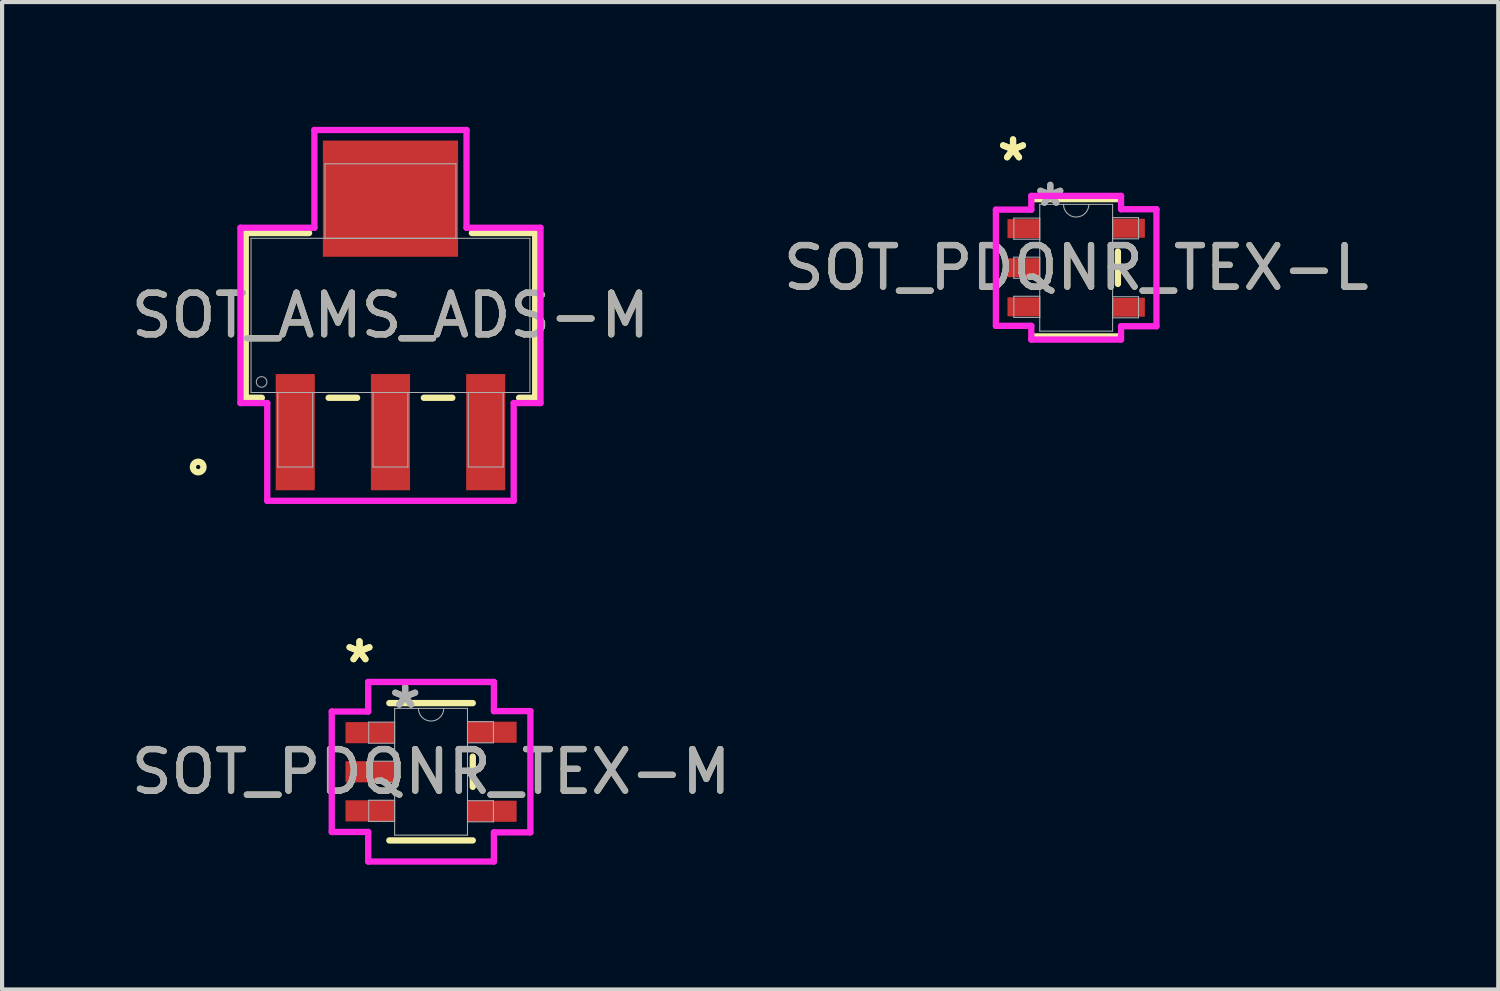
<source format=kicad_pcb>
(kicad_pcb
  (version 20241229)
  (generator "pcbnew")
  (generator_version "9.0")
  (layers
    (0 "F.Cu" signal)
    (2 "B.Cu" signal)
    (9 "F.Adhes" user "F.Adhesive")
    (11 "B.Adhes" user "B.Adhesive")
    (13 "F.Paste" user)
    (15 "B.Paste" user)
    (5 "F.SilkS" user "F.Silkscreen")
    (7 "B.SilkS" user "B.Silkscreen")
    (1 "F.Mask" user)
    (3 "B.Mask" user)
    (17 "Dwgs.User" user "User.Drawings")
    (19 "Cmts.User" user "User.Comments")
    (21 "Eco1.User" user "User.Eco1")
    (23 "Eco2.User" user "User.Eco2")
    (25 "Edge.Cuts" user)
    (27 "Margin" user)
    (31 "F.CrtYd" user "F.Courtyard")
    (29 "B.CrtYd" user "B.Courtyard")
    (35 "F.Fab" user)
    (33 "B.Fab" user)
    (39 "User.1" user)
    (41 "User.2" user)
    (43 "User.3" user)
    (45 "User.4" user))
  (footprint "SOT_PDQNR_TEX-M"
    (layer "F.Cu")
    (at 7.315 15.507)
    (property "Reference" "SOT_PDQNR_TEX-M" (at 0 0 0) (unlocked yes) (layer "F.SilkS") (effects (font (size 1 1) (thickness 0.15))))
    (attr smd)
    (fp_line (start -1.003 1.651) (end 1.003 1.651) (stroke (width 0.152) (type solid)) (layer "F.SilkS"))
    (fp_line (start 1.003 -1.651) (end -1.003 -1.651) (stroke (width 0.152) (type solid)) (layer "F.SilkS"))
    (fp_line (start 1.003 0.363) (end 1.003 -0.363) (stroke (width 0.152) (type solid)) (layer "F.SilkS"))
    (fp_line (start -2.388 -1.448) (end -1.511 -1.448) (stroke (width 0.152) (type solid)) (layer "F.CrtYd"))
    (fp_line (start -2.388 1.448) (end -2.388 -1.448) (stroke (width 0.152) (type solid)) (layer "F.CrtYd"))
    (fp_line (start -1.511 -2.159) (end 1.511 -2.159) (stroke (width 0.152) (type solid)) (layer "F.CrtYd"))
    (fp_line (start -1.511 -1.448) (end -1.511 -2.159) (stroke (width 0.152) (type solid)) (layer "F.CrtYd"))
    (fp_line (start -1.511 1.448) (end -2.388 1.448) (stroke (width 0.152) (type solid)) (layer "F.CrtYd"))
    (fp_line (start -1.511 2.159) (end -1.511 1.448) (stroke (width 0.152) (type solid)) (layer "F.CrtYd"))
    (fp_line (start 1.511 -2.159) (end 1.511 -1.458) (stroke (width 0.152) (type solid)) (layer "F.CrtYd"))
    (fp_line (start 1.511 -1.458) (end 2.388 -1.458) (stroke (width 0.152) (type solid)) (layer "F.CrtYd"))
    (fp_line (start 1.511 1.458) (end 1.511 2.159) (stroke (width 0.152) (type solid)) (layer "F.CrtYd"))
    (fp_line (start 1.511 2.159) (end -1.511 2.159) (stroke (width 0.152) (type solid)) (layer "F.CrtYd"))
    (fp_line (start 2.388 -1.458) (end 2.388 1.458) (stroke (width 0.152) (type solid)) (layer "F.CrtYd"))
    (fp_line (start 2.388 1.458) (end 1.511 1.458) (stroke (width 0.152) (type solid)) (layer "F.CrtYd"))
    (fp_line (start -1.499 -1.194) (end -1.499 -0.686) (stroke (width 0.025) (type solid)) (layer "F.Fab"))
    (fp_line (start -1.499 -0.686) (end -0.876 -0.686) (stroke (width 0.025) (type solid)) (layer "F.Fab"))
    (fp_line (start -1.499 -0.254) (end -1.499 0.254) (stroke (width 0.025) (type solid)) (layer "F.Fab"))
    (fp_line (start -1.499 0.254) (end -0.876 0.254) (stroke (width 0.025) (type solid)) (layer "F.Fab"))
    (fp_line (start -1.499 0.686) (end -1.499 1.194) (stroke (width 0.025) (type solid)) (layer "F.Fab"))
    (fp_line (start -1.499 1.194) (end -0.876 1.194) (stroke (width 0.025) (type solid)) (layer "F.Fab"))
    (fp_line (start -0.876 -1.524) (end -0.876 1.524) (stroke (width 0.025) (type solid)) (layer "F.Fab"))
    (fp_line (start -0.876 -1.194) (end -1.499 -1.194) (stroke (width 0.025) (type solid)) (layer "F.Fab"))
    (fp_line (start -0.876 -0.686) (end -0.876 -1.194) (stroke (width 0.025) (type solid)) (layer "F.Fab"))
    (fp_line (start -0.876 -0.254) (end -1.499 -0.254) (stroke (width 0.025) (type solid)) (layer "F.Fab"))
    (fp_line (start -0.876 0.254) (end -0.876 -0.254) (stroke (width 0.025) (type solid)) (layer "F.Fab"))
    (fp_line (start -0.876 0.686) (end -1.499 0.686) (stroke (width 0.025) (type solid)) (layer "F.Fab"))
    (fp_line (start -0.876 1.194) (end -0.876 0.686) (stroke (width 0.025) (type solid)) (layer "F.Fab"))
    (fp_line (start -0.876 1.524) (end 0.876 1.524) (stroke (width 0.025) (type solid)) (layer "F.Fab"))
    (fp_line (start 0.876 -1.524) (end -0.876 -1.524) (stroke (width 0.025) (type solid)) (layer "F.Fab"))
    (fp_line (start 0.876 -1.204) (end 0.876 -0.696) (stroke (width 0.025) (type solid)) (layer "F.Fab"))
    (fp_line (start 0.876 -0.696) (end 1.499 -0.696) (stroke (width 0.025) (type solid)) (layer "F.Fab"))
    (fp_line (start 0.876 0.696) (end 0.876 1.204) (stroke (width 0.025) (type solid)) (layer "F.Fab"))
    (fp_line (start 0.876 1.204) (end 1.499 1.204) (stroke (width 0.025) (type solid)) (layer "F.Fab"))
    (fp_line (start 0.876 1.524) (end 0.876 -1.524) (stroke (width 0.025) (type solid)) (layer "F.Fab"))
    (fp_line (start 1.499 -1.204) (end 0.876 -1.204) (stroke (width 0.025) (type solid)) (layer "F.Fab"))
    (fp_line (start 1.499 -0.696) (end 1.499 -1.204) (stroke (width 0.025) (type solid)) (layer "F.Fab"))
    (fp_line (start 1.499 0.696) (end 0.876 0.696) (stroke (width 0.025) (type solid)) (layer "F.Fab"))
    (fp_line (start 1.499 1.204) (end 1.499 0.696) (stroke (width 0.025) (type solid)) (layer "F.Fab"))
    (fp_arc (start 0.3048 -1.524) (mid 0 -1.2192) (end -0.3048 -1.524) (stroke (width 0.0254) (type solid)) (layer "F.Fab"))
    (fp_text user "*" (at -1.721 -2.591 0) (unlocked yes) (layer "F.SilkS") (effects (font (size 1 1) (thickness 0.15))))
    (fp_text user "*" (at -1.721 -2.591 0) (layer "F.SilkS") (effects (font (size 1 1) (thickness 0.15))))
    (fp_text user "*" (at -0.622 -1.499 0) (unlocked yes) (layer "F.Fab") (effects (font (size 1 1) (thickness 0.15))))
    (fp_text user "${REFERENCE}" (at 0 0 0) (unlocked yes) (layer "F.Fab") (effects (font (size 1 1) (thickness 0.15))))
    (fp_text user "*" (at -0.622 -1.499 0) (layer "F.Fab") (effects (font (size 1 1) (thickness 0.15))))
    (pad "1" smd rect (at -1.467 -0.94) (size 1.181 0.508) (layers "F.Cu" "F.Mask" "F.Paste"))
    (pad "2" smd rect (at -1.467 0) (size 1.181 0.508) (layers "F.Cu" "F.Mask" "F.Paste"))
    (pad "3" smd rect (at -1.467 0.94) (size 1.181 0.508) (layers "F.Cu" "F.Mask" "F.Paste"))
    (pad "4" smd rect (at 1.467 0.95) (size 1.181 0.508) (layers "F.Cu" "F.Mask" "F.Paste"))
    (pad "5" smd rect (at 1.467 -0.95) (size 1.181 0.508) (layers "F.Cu" "F.Mask" "F.Paste")))
  (footprint "SOT_AMS_ADS-M"
    (layer "F.Cu")
    (at 6.339 4.534)
    (property "Reference" "SOT_AMS_ADS-M" (at 0 0 0) (unlocked yes) (layer "F.SilkS") (effects (font (size 1 1) (thickness 0.15))))
    (attr smd)
    (fp_line (start -3.48 -1.981) (end -3.48 1.981) (stroke (width 0.152) (type solid)) (layer "F.SilkS"))
    (fp_line (start -3.48 1.981) (end -3.093 1.981) (stroke (width 0.152) (type solid)) (layer "F.SilkS"))
    (fp_line (start -1.958 -1.981) (end -3.48 -1.981) (stroke (width 0.152) (type solid)) (layer "F.SilkS"))
    (fp_line (start -1.487 1.981) (end -0.803 1.981) (stroke (width 0.152) (type solid)) (layer "F.SilkS"))
    (fp_line (start 0.803 1.981) (end 1.487 1.981) (stroke (width 0.152) (type solid)) (layer "F.SilkS"))
    (fp_line (start 3.093 1.981) (end 3.48 1.981) (stroke (width 0.152) (type solid)) (layer "F.SilkS"))
    (fp_line (start 3.48 -1.981) (end 1.958 -1.981) (stroke (width 0.152) (type solid)) (layer "F.SilkS"))
    (fp_line (start 3.48 1.981) (end 3.48 -1.981) (stroke (width 0.152) (type solid)) (layer "F.SilkS"))
    (fp_circle (center -4.623 3.645) (end -4.496 3.645) (stroke (width 0.152) (type solid)) (fill no) (layer "F.SilkS"))
    (fp_line (start -3.607 -2.108) (end -1.829 -2.108) (stroke (width 0.152) (type solid)) (layer "F.CrtYd"))
    (fp_line (start -3.607 2.108) (end -3.607 -2.108) (stroke (width 0.152) (type solid)) (layer "F.CrtYd"))
    (fp_line (start -2.963 2.108) (end -3.607 2.108) (stroke (width 0.152) (type solid)) (layer "F.CrtYd"))
    (fp_line (start -2.963 4.458) (end -2.963 2.108) (stroke (width 0.152) (type solid)) (layer "F.CrtYd"))
    (fp_line (start -1.829 -4.458) (end 1.829 -4.458) (stroke (width 0.152) (type solid)) (layer "F.CrtYd"))
    (fp_line (start -1.829 -2.108) (end -1.829 -4.458) (stroke (width 0.152) (type solid)) (layer "F.CrtYd"))
    (fp_line (start 1.829 -4.458) (end 1.829 -2.108) (stroke (width 0.152) (type solid)) (layer "F.CrtYd"))
    (fp_line (start 1.829 -2.108) (end 3.607 -2.108) (stroke (width 0.152) (type solid)) (layer "F.CrtYd"))
    (fp_line (start 2.963 2.108) (end 2.963 4.458) (stroke (width 0.152) (type solid)) (layer "F.CrtYd"))
    (fp_line (start 2.963 4.458) (end -2.963 4.458) (stroke (width 0.152) (type solid)) (layer "F.CrtYd"))
    (fp_line (start 3.607 -2.108) (end 3.607 2.108) (stroke (width 0.152) (type solid)) (layer "F.CrtYd"))
    (fp_line (start 3.607 2.108) (end 2.963 2.108) (stroke (width 0.152) (type solid)) (layer "F.CrtYd"))
    (fp_line (start -3.353 -1.854) (end -3.353 1.854) (stroke (width 0.025) (type solid)) (layer "F.Fab"))
    (fp_line (start -3.353 1.854) (end 3.353 1.854) (stroke (width 0.025) (type solid)) (layer "F.Fab"))
    (fp_line (start -2.709 1.854) (end -2.709 3.645) (stroke (width 0.025) (type solid)) (layer "F.Fab"))
    (fp_line (start -2.709 3.645) (end -1.871 3.645) (stroke (width 0.025) (type solid)) (layer "F.Fab"))
    (fp_line (start -1.871 1.854) (end -2.709 1.854) (stroke (width 0.025) (type solid)) (layer "F.Fab"))
    (fp_line (start -1.871 3.645) (end -1.871 1.854) (stroke (width 0.025) (type solid)) (layer "F.Fab"))
    (fp_line (start -1.575 -3.645) (end -1.575 -1.854) (stroke (width 0.025) (type solid)) (layer "F.Fab"))
    (fp_line (start -1.575 -1.854) (end 1.575 -1.854) (stroke (width 0.025) (type solid)) (layer "F.Fab"))
    (fp_line (start -0.419 1.854) (end -0.419 3.645) (stroke (width 0.025) (type solid)) (layer "F.Fab"))
    (fp_line (start -0.419 3.645) (end 0.419 3.645) (stroke (width 0.025) (type solid)) (layer "F.Fab"))
    (fp_line (start 0.419 1.854) (end -0.419 1.854) (stroke (width 0.025) (type solid)) (layer "F.Fab"))
    (fp_line (start 0.419 3.645) (end 0.419 1.854) (stroke (width 0.025) (type solid)) (layer "F.Fab"))
    (fp_line (start 1.575 -3.645) (end -1.575 -3.645) (stroke (width 0.025) (type solid)) (layer "F.Fab"))
    (fp_line (start 1.575 -1.854) (end 1.575 -3.645) (stroke (width 0.025) (type solid)) (layer "F.Fab"))
    (fp_line (start 1.871 1.854) (end 1.871 3.645) (stroke (width 0.025) (type solid)) (layer "F.Fab"))
    (fp_line (start 1.871 3.645) (end 2.709 3.645) (stroke (width 0.025) (type solid)) (layer "F.Fab"))
    (fp_line (start 2.709 1.854) (end 1.871 1.854) (stroke (width 0.025) (type solid)) (layer "F.Fab"))
    (fp_line (start 2.709 3.645) (end 2.709 1.854) (stroke (width 0.025) (type solid)) (layer "F.Fab"))
    (fp_line (start 3.353 -1.854) (end -3.353 -1.854) (stroke (width 0.025) (type solid)) (layer "F.Fab"))
    (fp_line (start 3.353 1.854) (end 3.353 -1.854) (stroke (width 0.025) (type solid)) (layer "F.Fab"))
    (fp_circle (center -3.099 1.6) (end -2.972 1.6) (stroke (width 0.025) (type solid)) (fill no) (layer "F.Fab"))
    (fp_text user "${REFERENCE}" (at 0 0 0) (unlocked yes) (layer "F.Fab") (effects (font (size 1 1) (thickness 0.15))))
    (pad "1" smd rect (at -2.29 2.807) (size 0.94 2.794) (layers "F.Cu" "F.Mask" "F.Paste"))
    (pad "2" smd rect (at 0 2.807) (size 0.94 2.794) (layers "F.Cu" "F.Mask" "F.Paste"))
    (pad "3" smd rect (at 2.29 2.807) (size 0.94 2.794) (layers "F.Cu" "F.Mask" "F.Paste"))
    (pad "4" smd rect (at 0 -2.807) (size 3.251 2.794) (layers "F.Cu" "F.Mask" "F.Paste")))
  (footprint "SOT_PDQNR_TEX-L"
    (layer "F.Cu")
    (at 22.827 3.388)
    (property "Reference" "SOT_PDQNR_TEX-L" (at 0 0 0) (unlocked yes) (layer "F.SilkS") (effects (font (size 1 1) (thickness 0.15))))
    (attr smd)
    (fp_line (start -1.003 1.651) (end 1.003 1.651) (stroke (width 0.152) (type solid)) (layer "F.SilkS"))
    (fp_line (start 1.003 -1.651) (end -1.003 -1.651) (stroke (width 0.152) (type solid)) (layer "F.SilkS"))
    (fp_line (start 1.003 0.389) (end 1.003 -0.389) (stroke (width 0.152) (type solid)) (layer "F.SilkS"))
    (fp_line (start -1.93 -1.397) (end -1.079 -1.397) (stroke (width 0.152) (type solid)) (layer "F.CrtYd"))
    (fp_line (start -1.93 1.397) (end -1.93 -1.397) (stroke (width 0.152) (type solid)) (layer "F.CrtYd"))
    (fp_line (start -1.079 -1.727) (end 1.079 -1.727) (stroke (width 0.152) (type solid)) (layer "F.CrtYd"))
    (fp_line (start -1.079 -1.397) (end -1.079 -1.727) (stroke (width 0.152) (type solid)) (layer "F.CrtYd"))
    (fp_line (start -1.079 1.397) (end -1.93 1.397) (stroke (width 0.152) (type solid)) (layer "F.CrtYd"))
    (fp_line (start -1.079 1.727) (end -1.079 1.397) (stroke (width 0.152) (type solid)) (layer "F.CrtYd"))
    (fp_line (start 1.079 -1.727) (end 1.079 -1.407) (stroke (width 0.152) (type solid)) (layer "F.CrtYd"))
    (fp_line (start 1.079 -1.407) (end 1.93 -1.407) (stroke (width 0.152) (type solid)) (layer "F.CrtYd"))
    (fp_line (start 1.079 1.407) (end 1.079 1.727) (stroke (width 0.152) (type solid)) (layer "F.CrtYd"))
    (fp_line (start 1.079 1.727) (end -1.079 1.727) (stroke (width 0.152) (type solid)) (layer "F.CrtYd"))
    (fp_line (start 1.93 -1.407) (end 1.93 1.407) (stroke (width 0.152) (type solid)) (layer "F.CrtYd"))
    (fp_line (start 1.93 1.407) (end 1.079 1.407) (stroke (width 0.152) (type solid)) (layer "F.CrtYd"))
    (fp_line (start -1.499 -1.194) (end -1.499 -0.686) (stroke (width 0.025) (type solid)) (layer "F.Fab"))
    (fp_line (start -1.499 -0.686) (end -0.876 -0.686) (stroke (width 0.025) (type solid)) (layer "F.Fab"))
    (fp_line (start -1.499 -0.254) (end -1.499 0.254) (stroke (width 0.025) (type solid)) (layer "F.Fab"))
    (fp_line (start -1.499 0.254) (end -0.876 0.254) (stroke (width 0.025) (type solid)) (layer "F.Fab"))
    (fp_line (start -1.499 0.686) (end -1.499 1.194) (stroke (width 0.025) (type solid)) (layer "F.Fab"))
    (fp_line (start -1.499 1.194) (end -0.876 1.194) (stroke (width 0.025) (type solid)) (layer "F.Fab"))
    (fp_line (start -0.876 -1.524) (end -0.876 1.524) (stroke (width 0.025) (type solid)) (layer "F.Fab"))
    (fp_line (start -0.876 -1.194) (end -1.499 -1.194) (stroke (width 0.025) (type solid)) (layer "F.Fab"))
    (fp_line (start -0.876 -0.686) (end -0.876 -1.194) (stroke (width 0.025) (type solid)) (layer "F.Fab"))
    (fp_line (start -0.876 -0.254) (end -1.499 -0.254) (stroke (width 0.025) (type solid)) (layer "F.Fab"))
    (fp_line (start -0.876 0.254) (end -0.876 -0.254) (stroke (width 0.025) (type solid)) (layer "F.Fab"))
    (fp_line (start -0.876 0.686) (end -1.499 0.686) (stroke (width 0.025) (type solid)) (layer "F.Fab"))
    (fp_line (start -0.876 1.194) (end -0.876 0.686) (stroke (width 0.025) (type solid)) (layer "F.Fab"))
    (fp_line (start -0.876 1.524) (end 0.876 1.524) (stroke (width 0.025) (type solid)) (layer "F.Fab"))
    (fp_line (start 0.876 -1.524) (end -0.876 -1.524) (stroke (width 0.025) (type solid)) (layer "F.Fab"))
    (fp_line (start 0.876 -1.204) (end 0.876 -0.696) (stroke (width 0.025) (type solid)) (layer "F.Fab"))
    (fp_line (start 0.876 -0.696) (end 1.499 -0.696) (stroke (width 0.025) (type solid)) (layer "F.Fab"))
    (fp_line (start 0.876 0.696) (end 0.876 1.204) (stroke (width 0.025) (type solid)) (layer "F.Fab"))
    (fp_line (start 0.876 1.204) (end 1.499 1.204) (stroke (width 0.025) (type solid)) (layer "F.Fab"))
    (fp_line (start 0.876 1.524) (end 0.876 -1.524) (stroke (width 0.025) (type solid)) (layer "F.Fab"))
    (fp_line (start 1.499 -1.204) (end 0.876 -1.204) (stroke (width 0.025) (type solid)) (layer "F.Fab"))
    (fp_line (start 1.499 -0.696) (end 1.499 -1.204) (stroke (width 0.025) (type solid)) (layer "F.Fab"))
    (fp_line (start 1.499 0.696) (end 0.876 0.696) (stroke (width 0.025) (type solid)) (layer "F.Fab"))
    (fp_line (start 1.499 1.204) (end 1.499 0.696) (stroke (width 0.025) (type solid)) (layer "F.Fab"))
    (fp_arc (start 0.3048 -1.524) (mid 0 -1.2192) (end -0.3048 -1.524) (stroke (width 0.0254) (type solid)) (layer "F.Fab"))
    (fp_text user "*" (at -1.518 -2.54 0) (layer "F.SilkS") (effects (font (size 1 1) (thickness 0.15))))
    (fp_text user "*" (at -1.518 -2.54 0) (unlocked yes) (layer "F.SilkS") (effects (font (size 1 1) (thickness 0.15))))
    (fp_text user "*" (at -0.622 -1.448 0) (unlocked yes) (layer "F.Fab") (effects (font (size 1 1) (thickness 0.15))))
    (fp_text user "${REFERENCE}" (at 0 0 0) (unlocked yes) (layer "F.Fab") (effects (font (size 1 1) (thickness 0.15))))
    (fp_text user "*" (at -0.622 -1.448 0) (layer "F.Fab") (effects (font (size 1 1) (thickness 0.15))))
    (pad "1" smd rect (at -1.264 -0.94) (size 0.775 0.457) (layers "F.Cu" "F.Mask" "F.Paste"))
    (pad "2" smd rect (at -1.264 0) (size 0.775 0.457) (layers "F.Cu" "F.Mask" "F.Paste"))
    (pad "3" smd rect (at -1.264 0.94) (size 0.775 0.457) (layers "F.Cu" "F.Mask" "F.Paste"))
    (pad "4" smd rect (at 1.264 0.95) (size 0.775 0.457) (layers "F.Cu" "F.Mask" "F.Paste"))
    (pad "5" smd rect (at 1.264 -0.95) (size 0.775 0.457) (layers "F.Cu" "F.Mask" "F.Paste")))
  (gr_rect
    (start -3 -3)
    (end 32.976 20.742)
    (stroke (width 0.1) (type default))
    (fill no)
    (layer "Edge.Cuts")))
</source>
